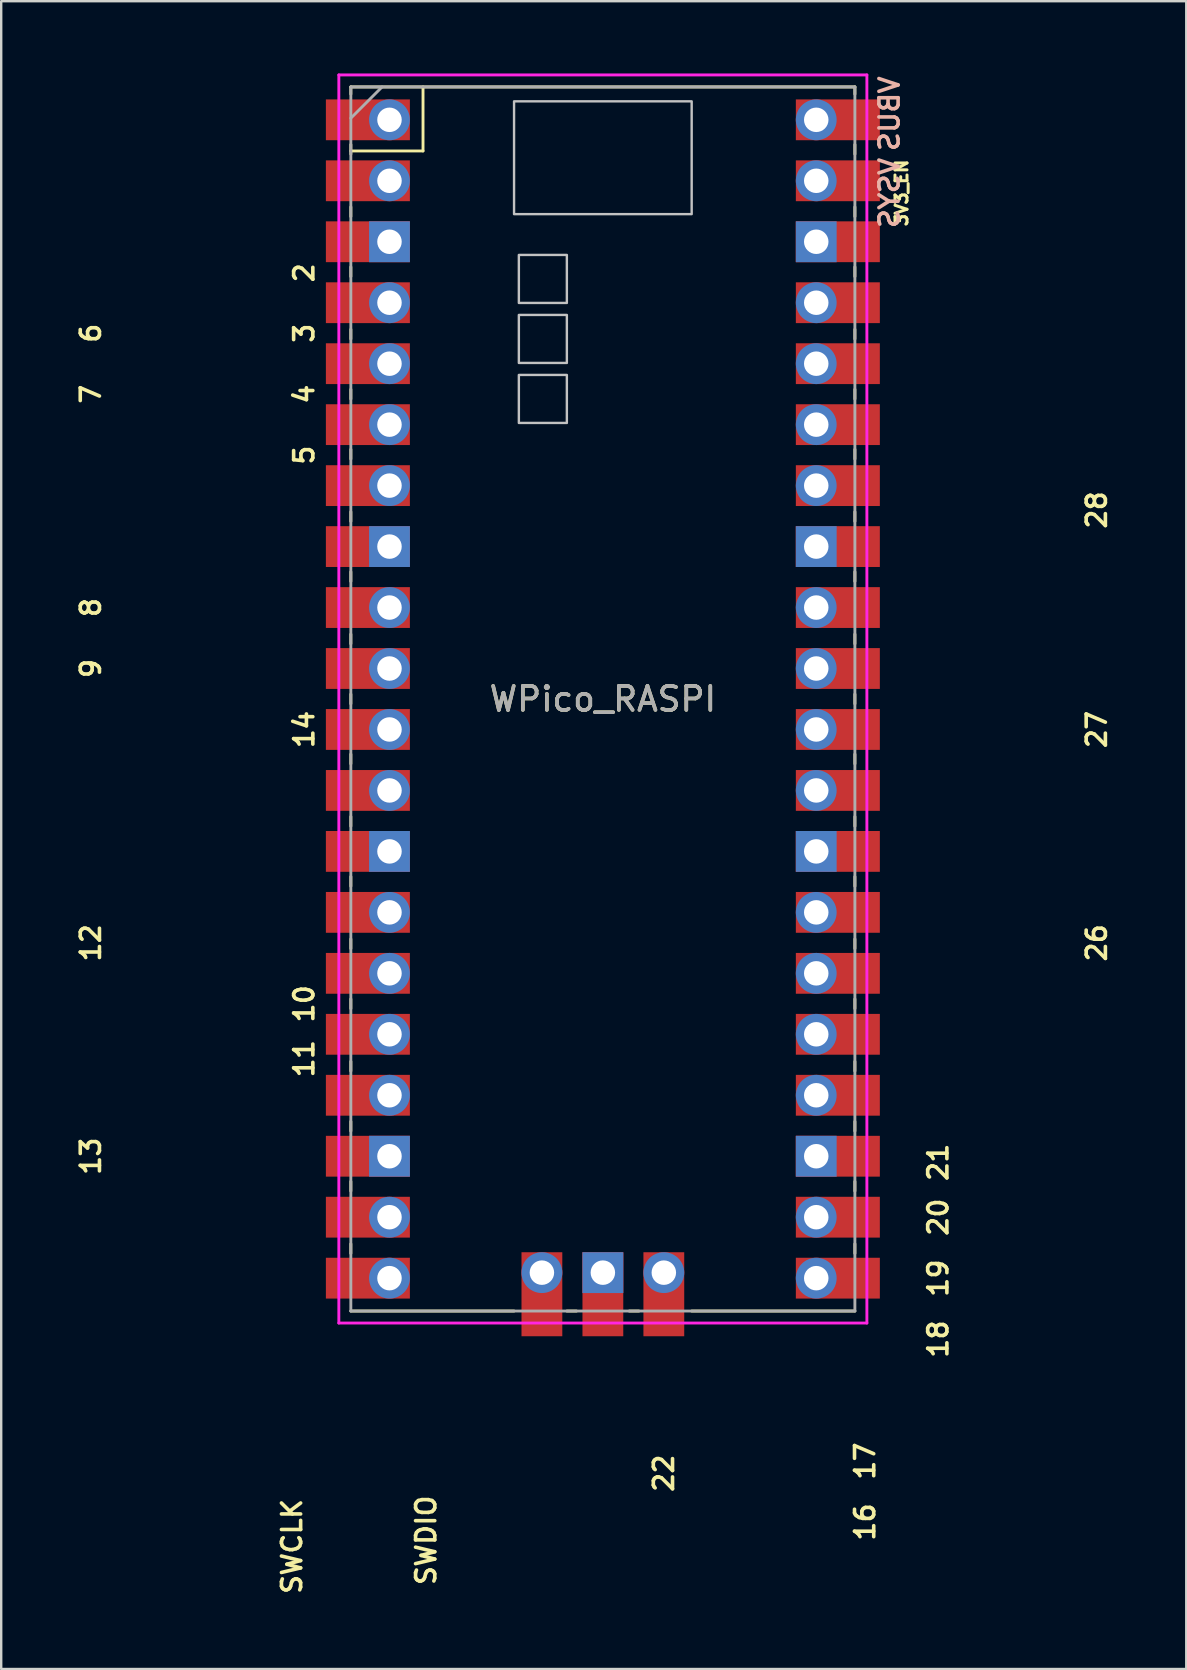
<source format=kicad_pcb>
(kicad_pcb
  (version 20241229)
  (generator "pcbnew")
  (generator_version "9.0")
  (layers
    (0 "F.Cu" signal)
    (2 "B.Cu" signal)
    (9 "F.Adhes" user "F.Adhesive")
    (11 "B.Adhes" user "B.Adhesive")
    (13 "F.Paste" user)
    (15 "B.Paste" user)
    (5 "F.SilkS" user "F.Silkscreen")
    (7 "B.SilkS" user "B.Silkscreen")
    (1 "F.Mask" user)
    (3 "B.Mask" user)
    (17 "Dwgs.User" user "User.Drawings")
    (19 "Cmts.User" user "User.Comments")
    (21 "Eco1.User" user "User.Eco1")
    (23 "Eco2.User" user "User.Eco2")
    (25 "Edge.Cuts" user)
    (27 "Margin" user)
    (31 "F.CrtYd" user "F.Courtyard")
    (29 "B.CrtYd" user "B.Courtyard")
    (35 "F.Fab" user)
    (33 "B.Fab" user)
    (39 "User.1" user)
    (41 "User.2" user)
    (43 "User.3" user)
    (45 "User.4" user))
  (footprint "WPico_RASPI"
    (layer "F.Cu")
    (at 22.067 26.072)
    (property "Reference" "WPico_RASPI" (at 0 0 0) (layer "F.SilkS") (effects (font (size 1 1) (thickness 0.15))))
    (attr through_hole)
    (fp_line (start -10.5 -25.5) (end -10.5 -25.2) (stroke (width 0.12) (type solid)) (layer "F.SilkS"))
    (fp_line (start -10.5 -25.5) (end 10.5 -25.5) (stroke (width 0.12) (type solid)) (layer "F.SilkS"))
    (fp_line (start -10.5 -23.1) (end -10.5 -22.7) (stroke (width 0.12) (type solid)) (layer "F.SilkS"))
    (fp_line (start -10.5 -22.833) (end -7.493 -22.833) (stroke (width 0.12) (type solid)) (layer "F.SilkS"))
    (fp_line (start -10.5 -20.5) (end -10.5 -20.1) (stroke (width 0.12) (type solid)) (layer "F.SilkS"))
    (fp_line (start -10.5 -18) (end -10.5 -17.6) (stroke (width 0.12) (type solid)) (layer "F.SilkS"))
    (fp_line (start -10.5 -15.4) (end -10.5 -15) (stroke (width 0.12) (type solid)) (layer "F.SilkS"))
    (fp_line (start -10.5 -12.9) (end -10.5 -12.5) (stroke (width 0.12) (type solid)) (layer "F.SilkS"))
    (fp_line (start -10.5 -10.4) (end -10.5 -10) (stroke (width 0.12) (type solid)) (layer "F.SilkS"))
    (fp_line (start -10.5 -7.8) (end -10.5 -7.4) (stroke (width 0.12) (type solid)) (layer "F.SilkS"))
    (fp_line (start -10.5 -5.3) (end -10.5 -4.9) (stroke (width 0.12) (type solid)) (layer "F.SilkS"))
    (fp_line (start -10.5 -2.7) (end -10.5 -2.3) (stroke (width 0.12) (type solid)) (layer "F.SilkS"))
    (fp_line (start -10.5 -0.2) (end -10.5 0.2) (stroke (width 0.12) (type solid)) (layer "F.SilkS"))
    (fp_line (start -10.5 2.3) (end -10.5 2.7) (stroke (width 0.12) (type solid)) (layer "F.SilkS"))
    (fp_line (start -10.5 4.9) (end -10.5 5.3) (stroke (width 0.12) (type solid)) (layer "F.SilkS"))
    (fp_line (start -10.5 7.4) (end -10.5 7.8) (stroke (width 0.12) (type solid)) (layer "F.SilkS"))
    (fp_line (start -10.5 10) (end -10.5 10.4) (stroke (width 0.12) (type solid)) (layer "F.SilkS"))
    (fp_line (start -10.5 12.5) (end -10.5 12.9) (stroke (width 0.12) (type solid)) (layer "F.SilkS"))
    (fp_line (start -10.5 15.1) (end -10.5 15.5) (stroke (width 0.12) (type solid)) (layer "F.SilkS"))
    (fp_line (start -10.5 17.6) (end -10.5 18) (stroke (width 0.12) (type solid)) (layer "F.SilkS"))
    (fp_line (start -10.5 20.1) (end -10.5 20.5) (stroke (width 0.12) (type solid)) (layer "F.SilkS"))
    (fp_line (start -10.5 22.7) (end -10.5 23.1) (stroke (width 0.12) (type solid)) (layer "F.SilkS"))
    (fp_line (start -7.493 -22.833) (end -7.493 -25.5) (stroke (width 0.12) (type solid)) (layer "F.SilkS"))
    (fp_line (start -3.7 25.5) (end -10.5 25.5) (stroke (width 0.12) (type solid)) (layer "F.SilkS"))
    (fp_line (start -1.5 25.5) (end -1.1 25.5) (stroke (width 0.12) (type solid)) (layer "F.SilkS"))
    (fp_line (start 1.1 25.5) (end 1.5 25.5) (stroke (width 0.12) (type solid)) (layer "F.SilkS"))
    (fp_line (start 10.5 -25.5) (end 10.5 -25.2) (stroke (width 0.12) (type solid)) (layer "F.SilkS"))
    (fp_line (start 10.5 -23.1) (end 10.5 -22.7) (stroke (width 0.12) (type solid)) (layer "F.SilkS"))
    (fp_line (start 10.5 -20.5) (end 10.5 -20.1) (stroke (width 0.12) (type solid)) (layer "F.SilkS"))
    (fp_line (start 10.5 -18) (end 10.5 -17.6) (stroke (width 0.12) (type solid)) (layer "F.SilkS"))
    (fp_line (start 10.5 -15.4) (end 10.5 -15) (stroke (width 0.12) (type solid)) (layer "F.SilkS"))
    (fp_line (start 10.5 -12.9) (end 10.5 -12.5) (stroke (width 0.12) (type solid)) (layer "F.SilkS"))
    (fp_line (start 10.5 -10.4) (end 10.5 -10) (stroke (width 0.12) (type solid)) (layer "F.SilkS"))
    (fp_line (start 10.5 -7.8) (end 10.5 -7.4) (stroke (width 0.12) (type solid)) (layer "F.SilkS"))
    (fp_line (start 10.5 -5.3) (end 10.5 -4.9) (stroke (width 0.12) (type solid)) (layer "F.SilkS"))
    (fp_line (start 10.5 -2.7) (end 10.5 -2.3) (stroke (width 0.12) (type solid)) (layer "F.SilkS"))
    (fp_line (start 10.5 -0.2) (end 10.5 0.2) (stroke (width 0.12) (type solid)) (layer "F.SilkS"))
    (fp_line (start 10.5 2.3) (end 10.5 2.7) (stroke (width 0.12) (type solid)) (layer "F.SilkS"))
    (fp_line (start 10.5 4.9) (end 10.5 5.3) (stroke (width 0.12) (type solid)) (layer "F.SilkS"))
    (fp_line (start 10.5 7.4) (end 10.5 7.8) (stroke (width 0.12) (type solid)) (layer "F.SilkS"))
    (fp_line (start 10.5 10) (end 10.5 10.4) (stroke (width 0.12) (type solid)) (layer "F.SilkS"))
    (fp_line (start 10.5 12.5) (end 10.5 12.9) (stroke (width 0.12) (type solid)) (layer "F.SilkS"))
    (fp_line (start 10.5 15.1) (end 10.5 15.5) (stroke (width 0.12) (type solid)) (layer "F.SilkS"))
    (fp_line (start 10.5 17.6) (end 10.5 18) (stroke (width 0.12) (type solid)) (layer "F.SilkS"))
    (fp_line (start 10.5 20.1) (end 10.5 20.5) (stroke (width 0.12) (type solid)) (layer "F.SilkS"))
    (fp_line (start 10.5 22.7) (end 10.5 23.1) (stroke (width 0.12) (type solid)) (layer "F.SilkS"))
    (fp_line (start 10.5 25.5) (end 3.7 25.5) (stroke (width 0.12) (type solid)) (layer "F.SilkS"))
    (fp_poly (pts (xy -1.5 -16.5) (xy -3.5 -16.5) (xy -3.5 -18.5) (xy -1.5 -18.5)) (stroke (width 0.1) (type solid)) (fill no) (layer "Dwgs.User"))
    (fp_poly (pts (xy -1.5 -14) (xy -3.5 -14) (xy -3.5 -16) (xy -1.5 -16)) (stroke (width 0.1) (type solid)) (fill no) (layer "Dwgs.User"))
    (fp_poly (pts (xy -1.5 -11.5) (xy -3.5 -11.5) (xy -3.5 -13.5) (xy -1.5 -13.5)) (stroke (width 0.1) (type solid)) (fill no) (layer "Dwgs.User"))
    (fp_poly (pts (xy 3.7 -20.2) (xy -3.7 -20.2) (xy -3.7 -24.9) (xy 3.7 -24.9)) (stroke (width 0.1) (type solid)) (fill no) (layer "Dwgs.User"))
    (fp_line (start -11 -26) (end 11 -26) (stroke (width 0.12) (type solid)) (layer "F.CrtYd"))
    (fp_line (start -11 26) (end -11 -26) (stroke (width 0.12) (type solid)) (layer "F.CrtYd"))
    (fp_line (start 11 -26) (end 11 26) (stroke (width 0.12) (type solid)) (layer "F.CrtYd"))
    (fp_line (start 11 26) (end -11 26) (stroke (width 0.12) (type solid)) (layer "F.CrtYd"))
    (fp_line (start -10.5 -25.5) (end 10.5 -25.5) (stroke (width 0.12) (type solid)) (layer "F.Fab"))
    (fp_line (start -10.5 -24.2) (end -9.2 -25.5) (stroke (width 0.12) (type solid)) (layer "F.Fab"))
    (fp_line (start -10.5 25.5) (end -10.5 -25.5) (stroke (width 0.12) (type solid)) (layer "F.Fab"))
    (fp_line (start 10.5 -25.5) (end 10.5 25.5) (stroke (width 0.12) (type solid)) (layer "F.Fab"))
    (fp_line (start 10.5 25.5) (end -10.5 25.5) (stroke (width 0.12) (type solid)) (layer "F.Fab"))
    (fp_text user "10" (at -12.446 12.7 90) (layer "F.SilkS") (effects (font (size 0.8 0.8) (thickness 0.15))))
    (fp_text user "18" (at 13.97 26.67 90) (layer "F.SilkS") (effects (font (size 0.8 0.8) (thickness 0.15))))
    (fp_text user "4" (at -12.446 -12.7 90) (layer "F.SilkS") (effects (font (size 0.8 0.8) (thickness 0.15))))
    (fp_text user "22" (at 2.54 32.258 90) (layer "F.SilkS") (effects (font (size 0.8 0.8) (thickness 0.15))))
    (fp_text user "11" (at -12.446 14.986 90) (layer "F.SilkS") (effects (font (size 0.8 0.8) (thickness 0.15))))
    (fp_text user "20" (at 13.97 21.59 90) (layer "F.SilkS") (effects (font (size 0.8 0.8) (thickness 0.15))))
    (fp_text user "28" (at 20.574 -7.874 90) (layer "F.SilkS") (effects (font (size 0.8 0.8) (thickness 0.15))))
    (fp_text user "2" (at -12.446 -17.755 90) (layer "F.SilkS") (effects (font (size 0.8 0.8) (thickness 0.15))))
    (fp_text user "8" (at -21.336 -3.81 90) (layer "F.SilkS") (effects (font (size 0.8 0.8) (thickness 0.15))))
    (fp_text user "9" (at -21.336 -1.27 90) (layer "F.SilkS") (effects (font (size 0.8 0.8) (thickness 0.15))))
    (fp_text user "14" (at -12.446 1.27 90) (layer "F.SilkS") (effects (font (size 0.8 0.8) (thickness 0.15))))
    (fp_text user "16" (at 10.922 34.29 90) (layer "F.SilkS") (effects (font (size 0.8 0.8) (thickness 0.15))))
    (fp_text user "6" (at -21.336 -15.24 90) (layer "F.SilkS") (effects (font (size 0.8 0.8) (thickness 0.15))))
    (fp_text user "17" (at 10.922 31.75 90) (layer "F.SilkS") (effects (font (size 0.8 0.8) (thickness 0.15))))
    (fp_text user "19" (at 13.97 24.13 90) (layer "F.SilkS") (effects (font (size 0.8 0.8) (thickness 0.15))))
    (fp_text user "13" (at -21.336 19.05 90) (layer "F.SilkS") (effects (font (size 0.8 0.8) (thickness 0.15))))
    (fp_text user "5" (at -12.446 -10.16 90) (layer "F.SilkS") (effects (font (size 0.8 0.8) (thickness 0.15))))
    (fp_text user "7" (at -21.336 -12.7 90) (layer "F.SilkS") (effects (font (size 0.8 0.8) (thickness 0.15))))
    (fp_text user "SWDIO" (at -7.366 35.052 90) (layer "F.SilkS") (effects (font (size 0.8 0.8) (thickness 0.15))))
    (fp_text user "27" (at 20.574 1.27 90) (layer "F.SilkS") (effects (font (size 0.8 0.8) (thickness 0.15))))
    (fp_text user "21" (at 13.97 19.304 90) (layer "F.SilkS") (effects (font (size 0.8 0.8) (thickness 0.15))))
    (fp_text user "26" (at 20.574 10.16 90) (layer "F.SilkS") (effects (font (size 0.8 0.8) (thickness 0.15))))
    (fp_text user "12" (at -21.336 10.16 90) (layer "F.SilkS") (effects (font (size 0.8 0.8) (thickness 0.15))))
    (fp_text user "SWCLK" (at -12.954 35.306 90) (layer "F.SilkS") (effects (font (size 0.8 0.8) (thickness 0.15))))
    (fp_text user "3" (at -12.446 -15.24 90) (layer "F.SilkS") (effects (font (size 0.8 0.8) (thickness 0.15))))
    (fp_text user "3V3_EN" (at 12.446 -21.082 90) (layer "F.SilkS") (effects (font (size 0.5 0.5) (thickness 0.125))))
    (fp_text user "VBUS" (at 11.938 -24.384 270) (layer "B.SilkS") (effects (font (size 0.8 0.8) (thickness 0.15)) (justify mirror)))
    (fp_text user "VSYS" (at 11.938 -21.082 270) (layer "B.SilkS") (effects (font (size 0.8 0.8) (thickness 0.15)) (justify mirror)))
    (fp_text user "${REFERENCE}" (at 0 0 180) (layer "F.Fab") (effects (font (size 1 1) (thickness 0.15))))
    (pad "1" thru_hole oval (at -8.89 -24.13) (size 1.7 1.7) (drill 1.02) (layers "*.Cu" "*.Mask"))
    (pad "1" smd rect (at -8.89 -24.13) (size 3.5 1.7) (drill (offset -0.9 0)) (layers "F.Cu" "F.Mask"))
    (pad "2" thru_hole oval (at -8.89 -21.59) (size 1.7 1.7) (drill 1.02) (layers "*.Cu" "*.Mask"))
    (pad "2" smd rect (at -8.89 -21.59) (size 3.5 1.7) (drill (offset -0.9 0)) (layers "F.Cu" "F.Mask"))
    (pad "3" thru_hole rect (at -8.89 -19.05) (size 1.7 1.7) (drill 1.02) (layers "*.Cu" "*.Mask"))
    (pad "3" smd rect (at -8.89 -19.05) (size 3.5 1.7) (drill (offset -0.9 0)) (layers "F.Cu" "F.Mask"))
    (pad "4" thru_hole oval (at -8.89 -16.51) (size 1.7 1.7) (drill 1.02) (layers "*.Cu" "*.Mask"))
    (pad "4" smd rect (at -8.89 -16.51) (size 3.5 1.7) (drill (offset -0.9 0)) (layers "F.Cu" "F.Mask"))
    (pad "5" thru_hole oval (at -8.89 -13.97) (size 1.7 1.7) (drill 1.02) (layers "*.Cu" "*.Mask"))
    (pad "5" smd rect (at -8.89 -13.97) (size 3.5 1.7) (drill (offset -0.9 0)) (layers "F.Cu" "F.Mask"))
    (pad "6" thru_hole oval (at -8.89 -11.43) (size 1.7 1.7) (drill 1.02) (layers "*.Cu" "*.Mask"))
    (pad "6" smd rect (at -8.89 -11.43) (size 3.5 1.7) (drill (offset -0.9 0)) (layers "F.Cu" "F.Mask"))
    (pad "7" thru_hole oval (at -8.89 -8.89) (size 1.7 1.7) (drill 1.02) (layers "*.Cu" "*.Mask"))
    (pad "7" smd rect (at -8.89 -8.89) (size 3.5 1.7) (drill (offset -0.9 0)) (layers "F.Cu" "F.Mask"))
    (pad "8" thru_hole rect (at -8.89 -6.35) (size 1.7 1.7) (drill 1.02) (layers "*.Cu" "*.Mask"))
    (pad "8" smd rect (at -8.89 -6.35) (size 3.5 1.7) (drill (offset -0.9 0)) (layers "F.Cu" "F.Mask"))
    (pad "9" thru_hole oval (at -8.89 -3.81) (size 1.7 1.7) (drill 1.02) (layers "*.Cu" "*.Mask"))
    (pad "9" smd rect (at -8.89 -3.81) (size 3.5 1.7) (drill (offset -0.9 0)) (layers "F.Cu" "F.Mask"))
    (pad "10" thru_hole oval (at -8.89 -1.27) (size 1.7 1.7) (drill 1.02) (layers "*.Cu" "*.Mask"))
    (pad "10" smd rect (at -8.89 -1.27) (size 3.5 1.7) (drill (offset -0.9 0)) (layers "F.Cu" "F.Mask"))
    (pad "11" thru_hole oval (at -8.89 1.27) (size 1.7 1.7) (drill 1.02) (layers "*.Cu" "*.Mask"))
    (pad "11" smd rect (at -8.89 1.27) (size 3.5 1.7) (drill (offset -0.9 0)) (layers "F.Cu" "F.Mask"))
    (pad "12" thru_hole oval (at -8.89 3.81) (size 1.7 1.7) (drill 1.02) (layers "*.Cu" "*.Mask"))
    (pad "12" smd rect (at -8.89 3.81) (size 3.5 1.7) (drill (offset -0.9 0)) (layers "F.Cu" "F.Mask"))
    (pad "13" thru_hole rect (at -8.89 6.35) (size 1.7 1.7) (drill 1.02) (layers "*.Cu" "*.Mask"))
    (pad "13" smd rect (at -8.89 6.35) (size 3.5 1.7) (drill (offset -0.9 0)) (layers "F.Cu" "F.Mask"))
    (pad "14" thru_hole oval (at -8.89 8.89) (size 1.7 1.7) (drill 1.02) (layers "*.Cu" "*.Mask"))
    (pad "14" smd rect (at -8.89 8.89) (size 3.5 1.7) (drill (offset -0.9 0)) (layers "F.Cu" "F.Mask"))
    (pad "15" thru_hole oval (at -8.89 11.43) (size 1.7 1.7) (drill 1.02) (layers "*.Cu" "*.Mask"))
    (pad "15" smd rect (at -8.89 11.43) (size 3.5 1.7) (drill (offset -0.9 0)) (layers "F.Cu" "F.Mask"))
    (pad "16" thru_hole oval (at -8.89 13.97) (size 1.7 1.7) (drill 1.02) (layers "*.Cu" "*.Mask"))
    (pad "16" smd rect (at -8.89 13.97) (size 3.5 1.7) (drill (offset -0.9 0)) (layers "F.Cu" "F.Mask"))
    (pad "17" thru_hole oval (at -8.89 16.51) (size 1.7 1.7) (drill 1.02) (layers "*.Cu" "*.Mask"))
    (pad "17" smd rect (at -8.89 16.51) (size 3.5 1.7) (drill (offset -0.9 0)) (layers "F.Cu" "F.Mask"))
    (pad "18" thru_hole rect (at -8.89 19.05) (size 1.7 1.7) (drill 1.02) (layers "*.Cu" "*.Mask"))
    (pad "18" smd rect (at -8.89 19.05) (size 3.5 1.7) (drill (offset -0.9 0)) (layers "F.Cu" "F.Mask"))
    (pad "19" thru_hole oval (at -8.89 21.59) (size 1.7 1.7) (drill 1.02) (layers "*.Cu" "*.Mask"))
    (pad "19" smd rect (at -8.89 21.59) (size 3.5 1.7) (drill (offset -0.9 0)) (layers "F.Cu" "F.Mask"))
    (pad "20" thru_hole oval (at -8.89 24.13) (size 1.7 1.7) (drill 1.02) (layers "*.Cu" "*.Mask"))
    (pad "20" smd rect (at -8.89 24.13) (size 3.5 1.7) (drill (offset -0.9 0)) (layers "F.Cu" "F.Mask"))
    (pad "21" thru_hole oval (at 8.89 24.13) (size 1.7 1.7) (drill 1.02) (layers "*.Cu" "*.Mask"))
    (pad "21" smd rect (at 8.89 24.13) (size 3.5 1.7) (drill (offset 0.9 0)) (layers "F.Cu" "F.Mask"))
    (pad "22" thru_hole oval (at 8.89 21.59) (size 1.7 1.7) (drill 1.02) (layers "*.Cu" "*.Mask"))
    (pad "22" smd rect (at 8.89 21.59) (size 3.5 1.7) (drill (offset 0.9 0)) (layers "F.Cu" "F.Mask"))
    (pad "23" thru_hole rect (at 8.89 19.05) (size 1.7 1.7) (drill 1.02) (layers "*.Cu" "*.Mask"))
    (pad "23" smd rect (at 8.89 19.05) (size 3.5 1.7) (drill (offset 0.9 0)) (layers "F.Cu" "F.Mask"))
    (pad "24" thru_hole oval (at 8.89 16.51) (size 1.7 1.7) (drill 1.02) (layers "*.Cu" "*.Mask"))
    (pad "24" smd rect (at 8.89 16.51) (size 3.5 1.7) (drill (offset 0.9 0)) (layers "F.Cu" "F.Mask"))
    (pad "25" thru_hole oval (at 8.89 13.97) (size 1.7 1.7) (drill 1.02) (layers "*.Cu" "*.Mask"))
    (pad "25" smd rect (at 8.89 13.97) (size 3.5 1.7) (drill (offset 0.9 0)) (layers "F.Cu" "F.Mask"))
    (pad "26" thru_hole oval (at 8.89 11.43) (size 1.7 1.7) (drill 1.02) (layers "*.Cu" "*.Mask"))
    (pad "26" smd rect (at 8.89 11.43) (size 3.5 1.7) (drill (offset 0.9 0)) (layers "F.Cu" "F.Mask"))
    (pad "27" thru_hole oval (at 8.89 8.89) (size 1.7 1.7) (drill 1.02) (layers "*.Cu" "*.Mask"))
    (pad "27" smd rect (at 8.89 8.89) (size 3.5 1.7) (drill (offset 0.9 0)) (layers "F.Cu" "F.Mask"))
    (pad "28" thru_hole rect (at 8.89 6.35) (size 1.7 1.7) (drill 1.02) (layers "*.Cu" "*.Mask"))
    (pad "28" smd rect (at 8.89 6.35) (size 3.5 1.7) (drill (offset 0.9 0)) (layers "F.Cu" "F.Mask"))
    (pad "29" thru_hole oval (at 8.89 3.81) (size 1.7 1.7) (drill 1.02) (layers "*.Cu" "*.Mask"))
    (pad "29" smd rect (at 8.89 3.81) (size 3.5 1.7) (drill (offset 0.9 0)) (layers "F.Cu" "F.Mask"))
    (pad "30" thru_hole oval (at 8.89 1.27) (size 1.7 1.7) (drill 1.02) (layers "*.Cu" "*.Mask"))
    (pad "30" smd rect (at 8.89 1.27) (size 3.5 1.7) (drill (offset 0.9 0)) (layers "F.Cu" "F.Mask"))
    (pad "31" thru_hole oval (at 8.89 -1.27) (size 1.7 1.7) (drill 1.02) (layers "*.Cu" "*.Mask"))
    (pad "31" smd rect (at 8.89 -1.27) (size 3.5 1.7) (drill (offset 0.9 0)) (layers "F.Cu" "F.Mask"))
    (pad "32" thru_hole oval (at 8.89 -3.81) (size 1.7 1.7) (drill 1.02) (layers "*.Cu" "*.Mask"))
    (pad "32" smd rect (at 8.89 -3.81) (size 3.5 1.7) (drill (offset 0.9 0)) (layers "F.Cu" "F.Mask"))
    (pad "33" thru_hole rect (at 8.89 -6.35) (size 1.7 1.7) (drill 1.02) (layers "*.Cu" "*.Mask"))
    (pad "33" smd rect (at 8.89 -6.35) (size 3.5 1.7) (drill (offset 0.9 0)) (layers "F.Cu" "F.Mask"))
    (pad "34" thru_hole oval (at 8.89 -8.89) (size 1.7 1.7) (drill 1.02) (layers "*.Cu" "*.Mask"))
    (pad "34" smd rect (at 8.89 -8.89) (size 3.5 1.7) (drill (offset 0.9 0)) (layers "F.Cu" "F.Mask"))
    (pad "35" thru_hole oval (at 8.89 -11.43) (size 1.7 1.7) (drill 1.02) (layers "*.Cu" "*.Mask"))
    (pad "35" smd rect (at 8.89 -11.43) (size 3.5 1.7) (drill (offset 0.9 0)) (layers "F.Cu" "F.Mask"))
    (pad "36" thru_hole oval (at 8.89 -13.97) (size 1.7 1.7) (drill 1.02) (layers "*.Cu" "*.Mask"))
    (pad "36" smd rect (at 8.89 -13.97) (size 3.5 1.7) (drill (offset 0.9 0)) (layers "F.Cu" "F.Mask"))
    (pad "37" thru_hole oval (at 8.89 -16.51) (size 1.7 1.7) (drill 1.02) (layers "*.Cu" "*.Mask"))
    (pad "37" smd rect (at 8.89 -16.51) (size 3.5 1.7) (drill (offset 0.9 0)) (layers "F.Cu" "F.Mask"))
    (pad "38" thru_hole rect (at 8.89 -19.05) (size 1.7 1.7) (drill 1.02) (layers "*.Cu" "*.Mask"))
    (pad "38" smd rect (at 8.89 -19.05) (size 3.5 1.7) (drill (offset 0.9 0)) (layers "F.Cu" "F.Mask"))
    (pad "39" thru_hole oval (at 8.89 -21.59) (size 1.7 1.7) (drill 1.02) (layers "*.Cu" "*.Mask"))
    (pad "39" smd rect (at 8.89 -21.59) (size 3.5 1.7) (drill (offset 0.9 0)) (layers "F.Cu" "F.Mask"))
    (pad "40" thru_hole oval (at 8.89 -24.13) (size 1.7 1.7) (drill 1.02) (layers "*.Cu" "*.Mask"))
    (pad "40" smd rect (at 8.89 -24.13) (size 3.5 1.7) (drill (offset 0.9 0)) (layers "F.Cu" "F.Mask"))
    (pad "41" thru_hole oval (at -2.54 23.9) (size 1.7 1.7) (drill 1.02) (layers "*.Cu" "*.Mask"))
    (pad "41" smd rect (at -2.54 23.9 90) (size 3.5 1.7) (drill (offset -0.9 0)) (layers "F.Cu" "F.Mask"))
    (pad "42" thru_hole rect (at 0 23.9) (size 1.7 1.7) (drill 1.02) (layers "*.Cu" "*.Mask"))
    (pad "42" smd rect (at 0 23.9 90) (size 3.5 1.7) (drill (offset -0.9 0)) (layers "F.Cu" "F.Mask"))
    (pad "43" thru_hole oval (at 2.54 23.9) (size 1.7 1.7) (drill 1.02) (layers "*.Cu" "*.Mask"))
    (pad "43" smd rect (at 2.54 23.9 90) (size 3.5 1.7) (drill (offset -0.9 0)) (layers "F.Cu" "F.Mask")))
  (gr_rect
    (start -3 -3)
    (end 46.373 66.485)
    (stroke (width 0.1) (type default))
    (fill no)
    (layer "Edge.Cuts")))
</source>
